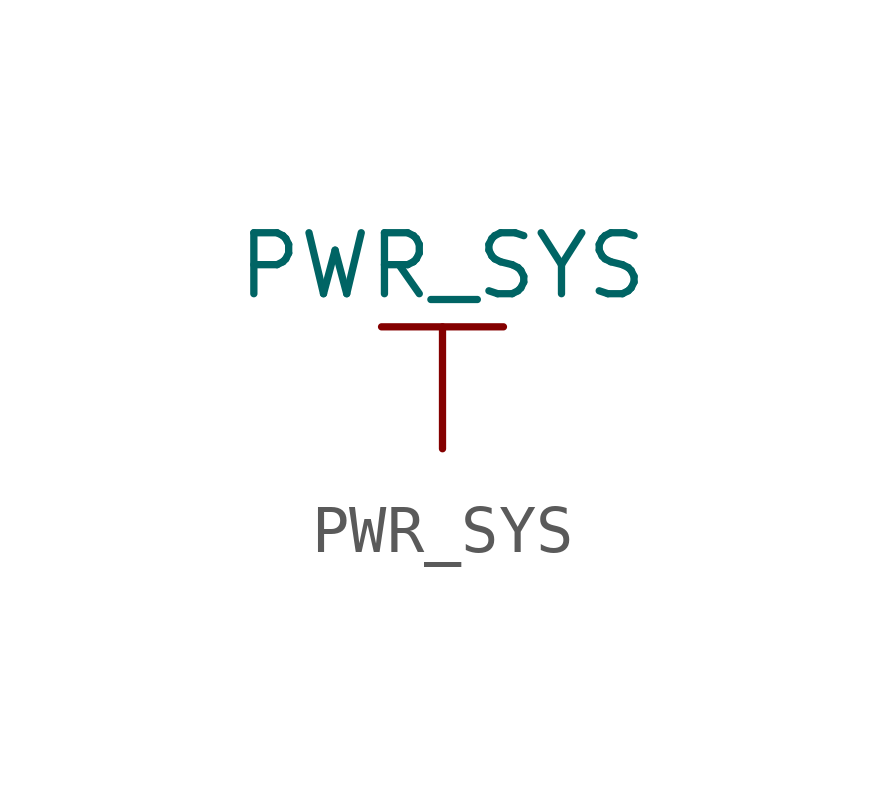
<source format=kicad_sym>
(kicad_symbol_lib
  (version 20211014)
  (generator kicad_symbol_editor)
  (symbol "PWR_SYS"
    (power)
    (pin_names
      (offset 0))
    (property "Reference" "#PWR"
      (at 0 -3.81 0)
      (effects (font (size 1.27 1.27)) hide))
    (property "Value" "PWR_SYS"
      (at 0 3.81 0)
      (effects (font (size 1.27 1.27))))
    (symbol "PWR_SYS_0_1"
      (polyline (pts (xy -1.27 2.54) (xy 1.27 2.54)) (stroke (width 0.152) (type default) (color 0 0 0 0)) (fill (type none)))
      (polyline (pts (xy 0 0) (xy 0 2.54)) (stroke (width 0.152) (type default) (color 0 0 0 0)) (fill (type none))))
    (symbol "PWR_SYS_1_1"
      (pin power_in line (at 0 0 90) (length 0) hide (name "PWR_SYS" (effects (font (size 1.27 1.27)))) (number "1" (effects (font (size 1.27 1.27))))))))
</source>
